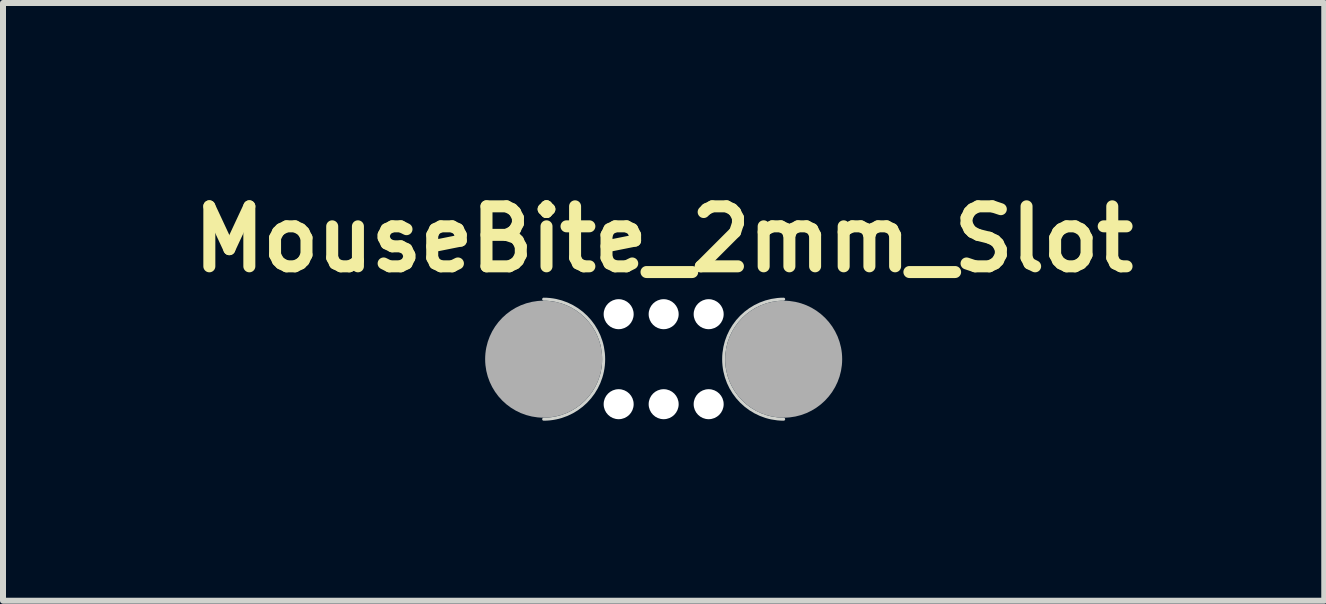
<source format=kicad_pcb>
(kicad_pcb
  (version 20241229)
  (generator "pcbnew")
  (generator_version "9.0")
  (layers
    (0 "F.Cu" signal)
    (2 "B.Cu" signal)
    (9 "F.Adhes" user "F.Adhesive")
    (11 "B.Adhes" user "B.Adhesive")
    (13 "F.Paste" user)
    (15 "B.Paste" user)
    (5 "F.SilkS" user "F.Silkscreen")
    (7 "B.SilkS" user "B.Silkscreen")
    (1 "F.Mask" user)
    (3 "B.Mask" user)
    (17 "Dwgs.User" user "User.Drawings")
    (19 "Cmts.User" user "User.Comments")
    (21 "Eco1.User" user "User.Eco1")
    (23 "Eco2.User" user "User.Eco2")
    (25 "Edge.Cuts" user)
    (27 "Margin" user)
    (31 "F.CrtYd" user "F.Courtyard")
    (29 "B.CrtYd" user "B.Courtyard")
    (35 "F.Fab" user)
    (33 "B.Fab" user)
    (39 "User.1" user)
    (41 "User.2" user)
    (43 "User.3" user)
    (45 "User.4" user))
  (footprint "MouseBite_2mm_Slot"
    (layer "F.Cu")
    (at 8.01 2.936)
    (property "Reference" "MouseBite_2mm_Slot" (at 0 -2 0) (layer "F.SilkS") (effects (font (size 1 1) (thickness 0.2))))
    (attr through_hole board_only)
    (fp_arc (start -2 -1) (mid -1 0) (end -2 1) (stroke (width 0.05) (type solid)) (layer "Edge.Cuts"))
    (fp_arc (start 2 1) (mid 1 0) (end 2 -1) (stroke (width 0.05) (type solid)) (layer "Edge.Cuts"))
    (fp_line (start -2 0) (end -2 0) (stroke (width 1.95) (type solid)) (layer "F.Fab"))
    (fp_line (start 2 0) (end 2 0) (stroke (width 1.95) (type solid)) (layer "F.Fab"))
    (pad "" np_thru_hole circle (at -0.75 -0.75) (size 0.5 0.5) (drill 0.5) (layers "*.Cu" "*.Mask"))
    (pad "" np_thru_hole circle (at -0.75 0.75) (size 0.5 0.5) (drill 0.5) (layers "*.Cu" "*.Mask"))
    (pad "" np_thru_hole circle (at 0 -0.75) (size 0.5 0.5) (drill 0.5) (layers "*.Cu" "*.Mask"))
    (pad "" np_thru_hole circle (at 0 0.75) (size 0.5 0.5) (drill 0.5) (layers "*.Cu" "*.Mask"))
    (pad "" np_thru_hole circle (at 0.75 -0.75) (size 0.5 0.5) (drill 0.5) (layers "*.Cu" "*.Mask"))
    (pad "" np_thru_hole circle (at 0.75 0.75) (size 0.5 0.5) (drill 0.5) (layers "*.Cu" "*.Mask")))
  (gr_rect
    (start -3 -3)
    (end 19.019 6.961)
    (stroke (width 0.1) (type default))
    (fill no)
    (layer "Edge.Cuts")))
</source>
